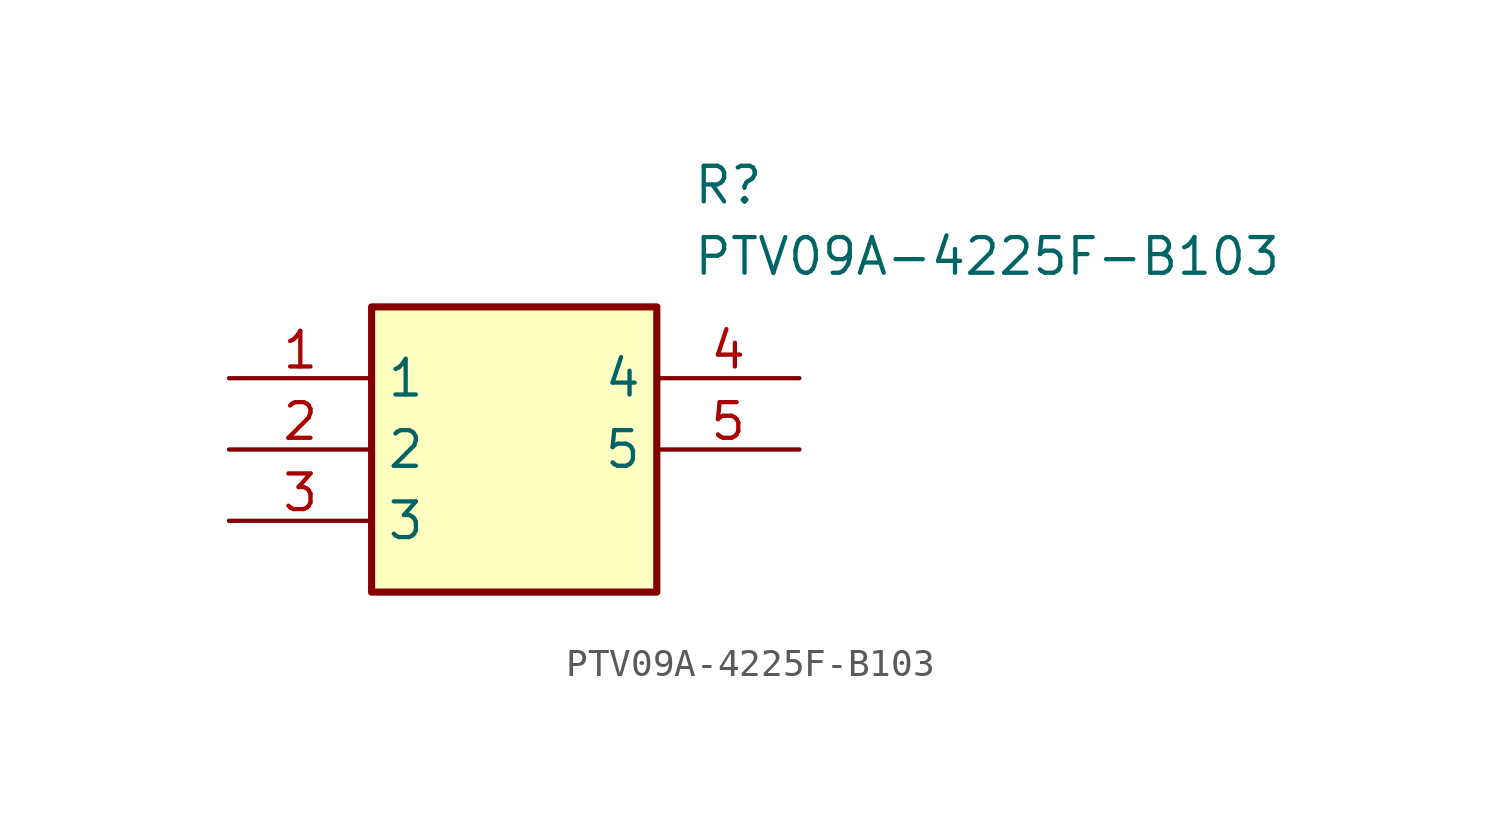
<source format=kicad_sym>
(kicad_symbol_lib
  (version 20211014)
  (generator SamacSys_ECAD_Model)
  (symbol "PTV09A-4225F-B103"
    (property "Reference" "R"
      (at 16.51 7.62 0)
      (effects (font (size 1.27 1.27)) (justify left top)))
    (property "Value" "PTV09A-4225F-B103"
      (at 16.51 5.08 0)
      (effects (font (size 1.27 1.27)) (justify left top)))
    (rectangle
      (start 5.08 2.54)
      (end 15.24 -7.62)
      (stroke (width 0.254) (type default))
      (fill (type background)))
    (pin passive line
      (at 0 0 0)
      (length 5.08)
      (name "1" (effects (font (size 1.27 1.27))))
      (number "1" (effects (font (size 1.27 1.27)))))
    (pin passive line
      (at 0 -2.54 0)
      (length 5.08)
      (name "2" (effects (font (size 1.27 1.27))))
      (number "2" (effects (font (size 1.27 1.27)))))
    (pin passive line
      (at 0 -5.08 0)
      (length 5.08)
      (name "3" (effects (font (size 1.27 1.27))))
      (number "3" (effects (font (size 1.27 1.27)))))
    (pin passive line
      (at 20.32 0 180)
      (length 5.08)
      (name "4" (effects (font (size 1.27 1.27))))
      (number "4" (effects (font (size 1.27 1.27)))))
    (pin passive line
      (at 20.32 -2.54 180)
      (length 5.08)
      (name "5" (effects (font (size 1.27 1.27))))
      (number "5" (effects (font (size 1.27 1.27)))))))
</source>
